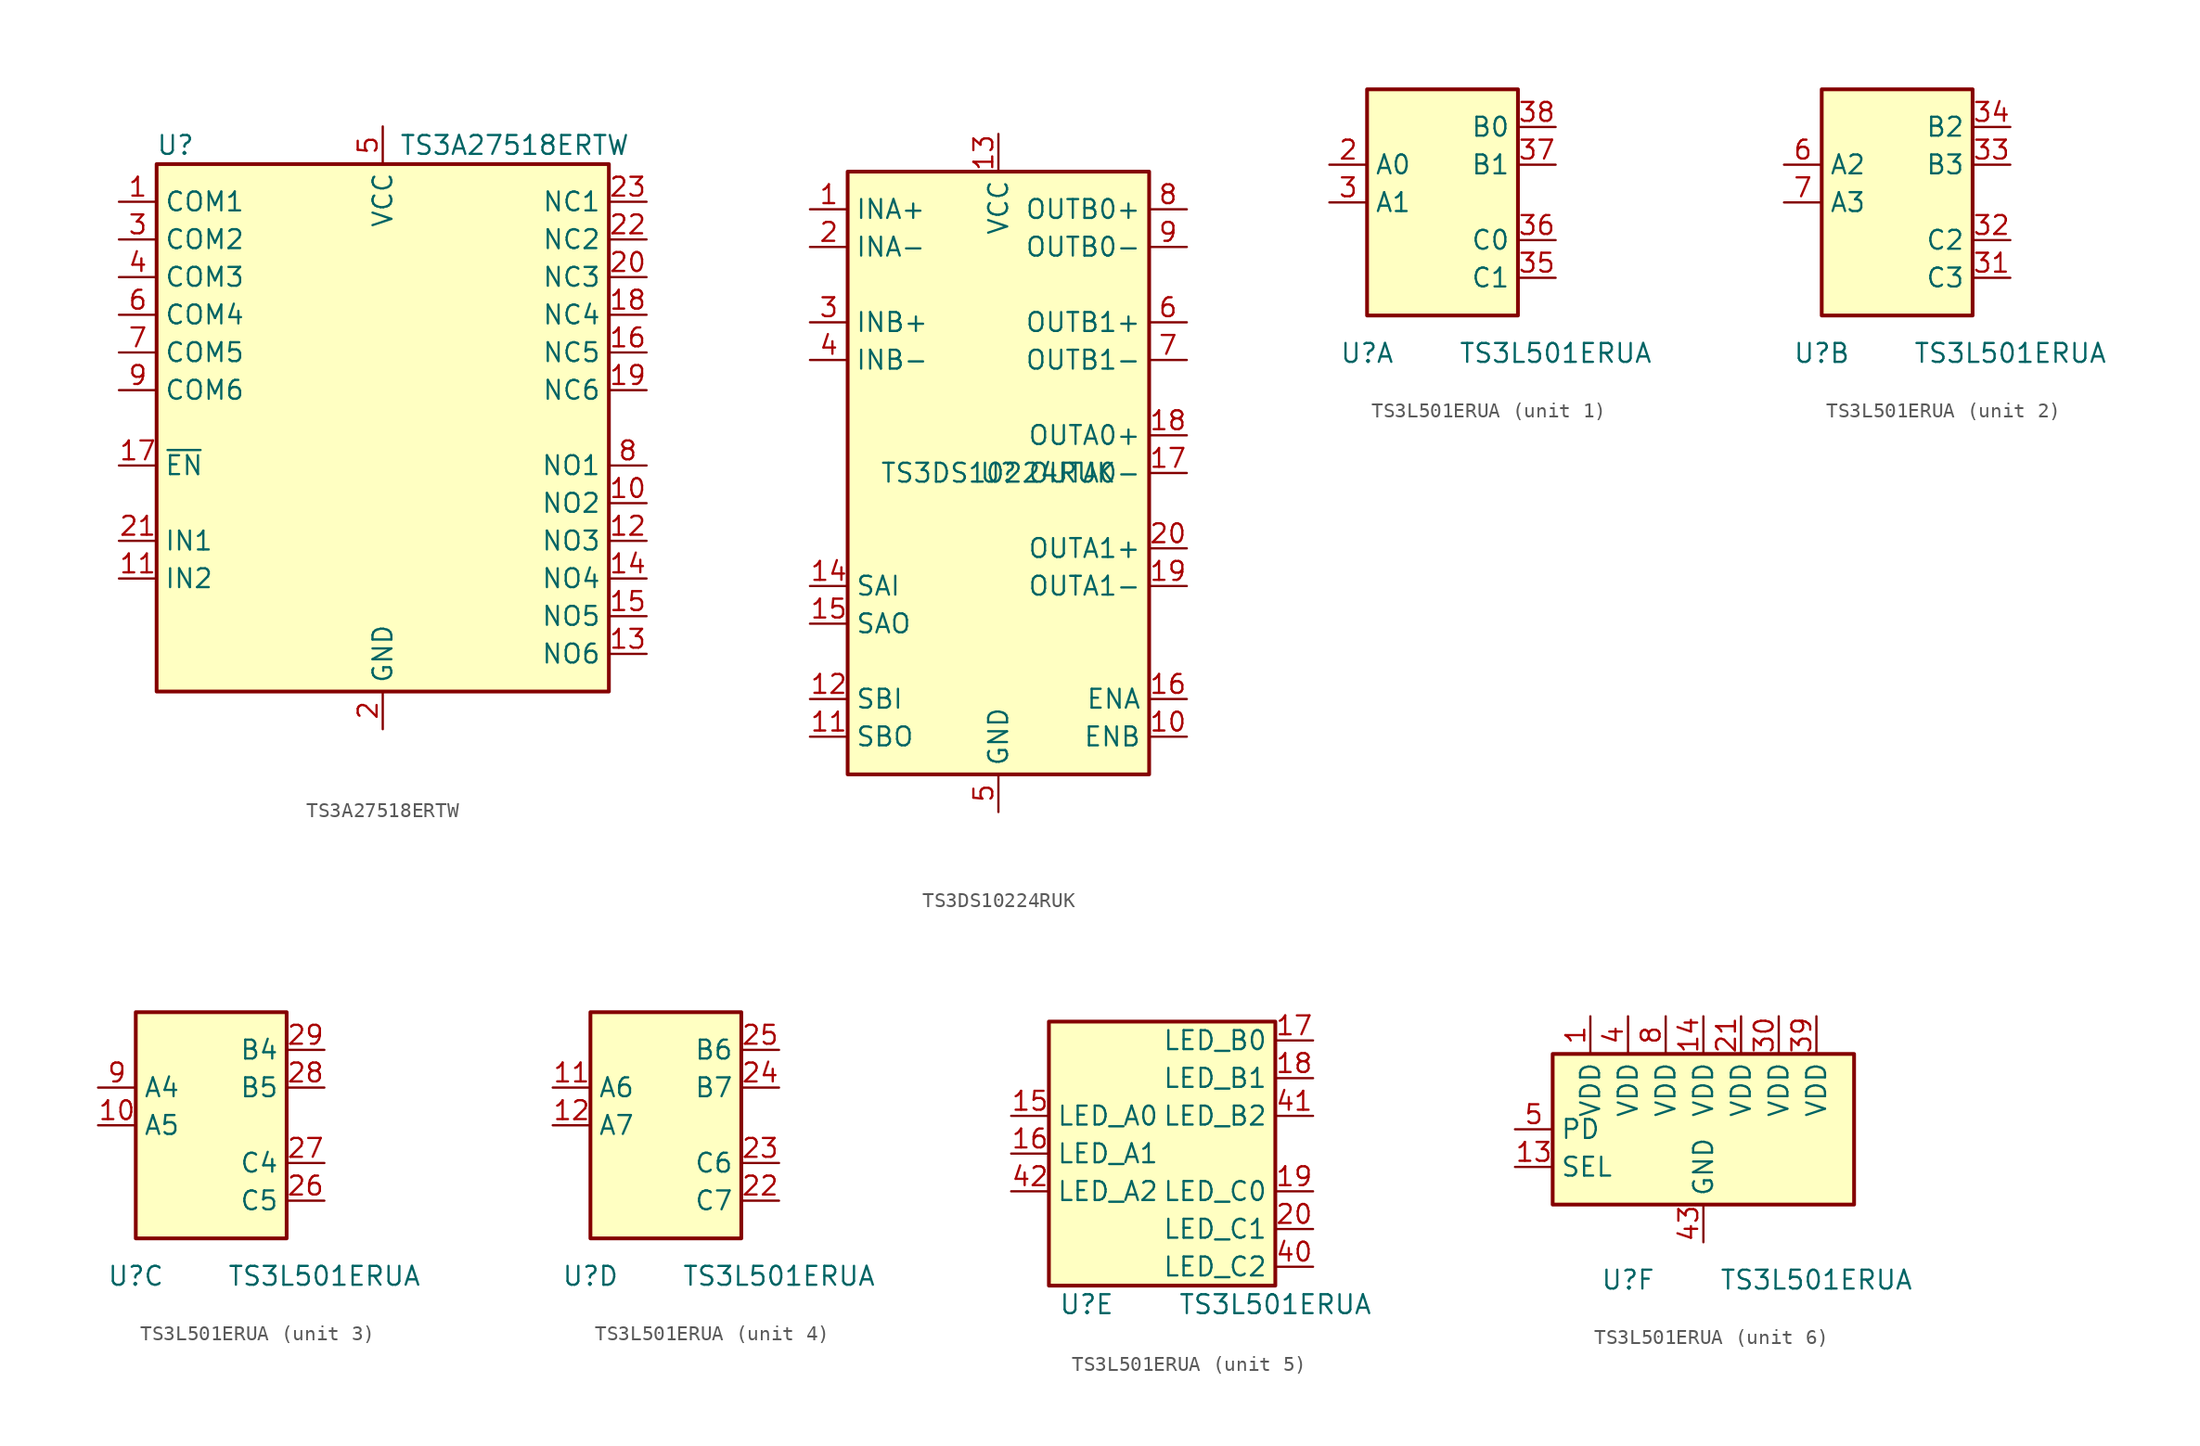
<source format=kicad_sym>
(kicad_symbol_lib
  (version 20241209)
  (generator "kicad_symbol_editor")
  (generator_version "9.0")
  (symbol "TS3A27518ERTW"
    (property "Reference" "U"
      (at -13.97 19.05 0)
      (effects (font (size 1.27 1.27))))
    (property "Value" "TS3A27518ERTW"
      (at 8.89 19.05 0)
      (effects (font (size 1.27 1.27))))
    (symbol "TS3A27518ERTW_0_1"
      (rectangle (start 15.24 -17.78) (end -15.24 17.78) (stroke (width 0.254) (type default)) (fill (type background))))
    (symbol "TS3A27518ERTW_1_1"
      (pin bidirectional line (at -17.78 15.24 0) (length 2.54) (name "COM1" (effects (font (size 1.27 1.27)))) (number "1" (effects (font (size 1.27 1.27)))))
      (pin bidirectional line (at -17.78 12.7 0) (length 2.54) (name "COM2" (effects (font (size 1.27 1.27)))) (number "3" (effects (font (size 1.27 1.27)))))
      (pin bidirectional line (at -17.78 10.16 0) (length 2.54) (name "COM3" (effects (font (size 1.27 1.27)))) (number "4" (effects (font (size 1.27 1.27)))))
      (pin bidirectional line (at -17.78 7.62 0) (length 2.54) (name "COM4" (effects (font (size 1.27 1.27)))) (number "6" (effects (font (size 1.27 1.27)))))
      (pin bidirectional line (at -17.78 5.08 0) (length 2.54) (name "COM5" (effects (font (size 1.27 1.27)))) (number "7" (effects (font (size 1.27 1.27)))))
      (pin bidirectional line (at -17.78 2.54 0) (length 2.54) (name "COM6" (effects (font (size 1.27 1.27)))) (number "9" (effects (font (size 1.27 1.27)))))
      (pin input line (at -17.78 -2.54 0) (length 2.54) (name "~{EN}" (effects (font (size 1.27 1.27)))) (number "17" (effects (font (size 1.27 1.27)))))
      (pin input line (at -17.78 -7.62 0) (length 2.54) (name "IN1" (effects (font (size 1.27 1.27)))) (number "21" (effects (font (size 1.27 1.27)))))
      (pin input line (at -17.78 -10.16 0) (length 2.54) (name "IN2" (effects (font (size 1.27 1.27)))) (number "11" (effects (font (size 1.27 1.27)))))
      (pin no_connect line (at -15.24 -15.24 0) (length 2.54) (hide yes) (name "N.C." (effects (font (size 1.27 1.27)))) (number "24" (effects (font (size 1.27 1.27)))))
      (pin power_in line (at 0 20.32 270) (length 2.54) (name "VCC" (effects (font (size 1.27 1.27)))) (number "5" (effects (font (size 1.27 1.27)))))
      (pin power_in line (at 0 -20.32 90) (length 2.54) (name "GND" (effects (font (size 1.27 1.27)))) (number "2" (effects (font (size 1.27 1.27)))))
      (pin passive line (at 0 -20.32 90) (length 2.54) (hide yes) (name "GND" (effects (font (size 1.27 1.27)))) (number "25" (effects (font (size 1.27 1.27)))))
      (pin bidirectional line (at 17.78 15.24 180) (length 2.54) (name "NC1" (effects (font (size 1.27 1.27)))) (number "23" (effects (font (size 1.27 1.27)))))
      (pin bidirectional line (at 17.78 12.7 180) (length 2.54) (name "NC2" (effects (font (size 1.27 1.27)))) (number "22" (effects (font (size 1.27 1.27)))))
      (pin bidirectional line (at 17.78 10.16 180) (length 2.54) (name "NC3" (effects (font (size 1.27 1.27)))) (number "20" (effects (font (size 1.27 1.27)))))
      (pin bidirectional line (at 17.78 7.62 180) (length 2.54) (name "NC4" (effects (font (size 1.27 1.27)))) (number "18" (effects (font (size 1.27 1.27)))))
      (pin bidirectional line (at 17.78 5.08 180) (length 2.54) (name "NC5" (effects (font (size 1.27 1.27)))) (number "16" (effects (font (size 1.27 1.27)))))
      (pin bidirectional line (at 17.78 2.54 180) (length 2.54) (name "NC6" (effects (font (size 1.27 1.27)))) (number "19" (effects (font (size 1.27 1.27)))))
      (pin bidirectional line (at 17.78 -2.54 180) (length 2.54) (name "NO1" (effects (font (size 1.27 1.27)))) (number "8" (effects (font (size 1.27 1.27)))))
      (pin bidirectional line (at 17.78 -5.08 180) (length 2.54) (name "NO2" (effects (font (size 1.27 1.27)))) (number "10" (effects (font (size 1.27 1.27)))))
      (pin bidirectional line (at 17.78 -7.62 180) (length 2.54) (name "NO3" (effects (font (size 1.27 1.27)))) (number "12" (effects (font (size 1.27 1.27)))))
      (pin bidirectional line (at 17.78 -10.16 180) (length 2.54) (name "NO4" (effects (font (size 1.27 1.27)))) (number "14" (effects (font (size 1.27 1.27)))))
      (pin bidirectional line (at 17.78 -12.7 180) (length 2.54) (name "NO5" (effects (font (size 1.27 1.27)))) (number "15" (effects (font (size 1.27 1.27)))))
      (pin bidirectional line (at 17.78 -15.24 180) (length 2.54) (name "NO6" (effects (font (size 1.27 1.27)))) (number "13" (effects (font (size 1.27 1.27)))))))
  (symbol "TS3DS10224RUK"
    (property "Reference" "U"
      (at 0 0 0)
      (effects (font (size 1.27 1.27))))
    (property "Value" "TS3DS10224RUK"
      (at 0 0 0)
      (effects (font (size 1.27 1.27))))
    (symbol "TS3DS10224RUK_0_1"
      (rectangle (start -10.16 20.32) (end 10.16 -20.32) (stroke (width 0.254) (type default)) (fill (type background))))
    (symbol "TS3DS10224RUK_1_1"
      (pin bidirectional line (at -12.7 17.78 0) (length 2.54) (name "INA+" (effects (font (size 1.27 1.27)))) (number "1" (effects (font (size 1.27 1.27)))))
      (pin bidirectional line (at -12.7 15.24 0) (length 2.54) (name "INA-" (effects (font (size 1.27 1.27)))) (number "2" (effects (font (size 1.27 1.27)))))
      (pin bidirectional line (at -12.7 10.16 0) (length 2.54) (name "INB+" (effects (font (size 1.27 1.27)))) (number "3" (effects (font (size 1.27 1.27)))))
      (pin bidirectional line (at -12.7 7.62 0) (length 2.54) (name "INB-" (effects (font (size 1.27 1.27)))) (number "4" (effects (font (size 1.27 1.27)))))
      (pin input line (at -12.7 -7.62 0) (length 2.54) (name "SAI" (effects (font (size 1.27 1.27)))) (number "14" (effects (font (size 1.27 1.27)))))
      (pin input line (at -12.7 -10.16 0) (length 2.54) (name "SAO" (effects (font (size 1.27 1.27)))) (number "15" (effects (font (size 1.27 1.27)))))
      (pin input line (at -12.7 -15.24 0) (length 2.54) (name "SBI" (effects (font (size 1.27 1.27)))) (number "12" (effects (font (size 1.27 1.27)))))
      (pin input line (at -12.7 -17.78 0) (length 2.54) (name "SBO" (effects (font (size 1.27 1.27)))) (number "11" (effects (font (size 1.27 1.27)))))
      (pin power_in line (at 0 22.86 270) (length 2.54) (name "VCC" (effects (font (size 1.27 1.27)))) (number "13" (effects (font (size 1.27 1.27)))))
      (pin power_in line (at 0 -22.86 90) (length 2.54) (name "GND" (effects (font (size 1.27 1.27)))) (number "5" (effects (font (size 1.27 1.27)))))
      (pin bidirectional line (at 12.7 17.78 180) (length 2.54) (name "OUTB0+" (effects (font (size 1.27 1.27)))) (number "8" (effects (font (size 1.27 1.27)))))
      (pin bidirectional line (at 12.7 15.24 180) (length 2.54) (name "OUTB0-" (effects (font (size 1.27 1.27)))) (number "9" (effects (font (size 1.27 1.27)))))
      (pin bidirectional line (at 12.7 10.16 180) (length 2.54) (name "OUTB1+" (effects (font (size 1.27 1.27)))) (number "6" (effects (font (size 1.27 1.27)))))
      (pin bidirectional line (at 12.7 7.62 180) (length 2.54) (name "OUTB1-" (effects (font (size 1.27 1.27)))) (number "7" (effects (font (size 1.27 1.27)))))
      (pin bidirectional line (at 12.7 2.54 180) (length 2.54) (name "OUTA0+" (effects (font (size 1.27 1.27)))) (number "18" (effects (font (size 1.27 1.27)))))
      (pin bidirectional line (at 12.7 0 180) (length 2.54) (name "OUTA0-" (effects (font (size 1.27 1.27)))) (number "17" (effects (font (size 1.27 1.27)))))
      (pin bidirectional line (at 12.7 -5.08 180) (length 2.54) (name "OUTA1+" (effects (font (size 1.27 1.27)))) (number "20" (effects (font (size 1.27 1.27)))))
      (pin bidirectional line (at 12.7 -7.62 180) (length 2.54) (name "OUTA1-" (effects (font (size 1.27 1.27)))) (number "19" (effects (font (size 1.27 1.27)))))
      (pin input line (at 12.7 -15.24 180) (length 2.54) (name "ENA" (effects (font (size 1.27 1.27)))) (number "16" (effects (font (size 1.27 1.27)))))
      (pin input line (at 12.7 -17.78 180) (length 2.54) (name "ENB" (effects (font (size 1.27 1.27)))) (number "10" (effects (font (size 1.27 1.27)))))))
  (symbol "TS3L501ERUA"
    (property "Reference" "U"
      (at -5.08 -10.16 0)
      (effects (font (size 1.27 1.27))))
    (property "Value" "TS3L501ERUA"
      (at 7.62 -10.16 0)
      (effects (font (size 1.27 1.27))))
    (property "ki_locked" ""
      (at 0 0 0)
      (effects (font (size 1.27 1.27))))
    (symbol "TS3L501ERUA_1_1"
      (rectangle (start -5.08 7.62) (end 5.08 -7.62) (stroke (width 0.254) (type default)) (fill (type background)))
      (pin bidirectional line (at -7.62 2.54 0) (length 2.54) (name "A0" (effects (font (size 1.27 1.27)))) (number "2" (effects (font (size 1.27 1.27)))))
      (pin bidirectional line (at -7.62 0 0) (length 2.54) (name "A1" (effects (font (size 1.27 1.27)))) (number "3" (effects (font (size 1.27 1.27)))))
      (pin bidirectional line (at 7.62 5.08 180) (length 2.54) (name "B0" (effects (font (size 1.27 1.27)))) (number "38" (effects (font (size 1.27 1.27)))))
      (pin bidirectional line (at 7.62 2.54 180) (length 2.54) (name "B1" (effects (font (size 1.27 1.27)))) (number "37" (effects (font (size 1.27 1.27)))))
      (pin bidirectional line (at 7.62 -2.54 180) (length 2.54) (name "C0" (effects (font (size 1.27 1.27)))) (number "36" (effects (font (size 1.27 1.27)))))
      (pin bidirectional line (at 7.62 -5.08 180) (length 2.54) (name "C1" (effects (font (size 1.27 1.27)))) (number "35" (effects (font (size 1.27 1.27))))))
    (symbol "TS3L501ERUA_2_1"
      (rectangle (start -5.08 7.62) (end 5.08 -7.62) (stroke (width 0.254) (type default)) (fill (type background)))
      (pin bidirectional line (at -7.62 2.54 0) (length 2.54) (name "A2" (effects (font (size 1.27 1.27)))) (number "6" (effects (font (size 1.27 1.27)))))
      (pin bidirectional line (at -7.62 0 0) (length 2.54) (name "A3" (effects (font (size 1.27 1.27)))) (number "7" (effects (font (size 1.27 1.27)))))
      (pin bidirectional line (at 7.62 5.08 180) (length 2.54) (name "B2" (effects (font (size 1.27 1.27)))) (number "34" (effects (font (size 1.27 1.27)))))
      (pin bidirectional line (at 7.62 2.54 180) (length 2.54) (name "B3" (effects (font (size 1.27 1.27)))) (number "33" (effects (font (size 1.27 1.27)))))
      (pin bidirectional line (at 7.62 -2.54 180) (length 2.54) (name "C2" (effects (font (size 1.27 1.27)))) (number "32" (effects (font (size 1.27 1.27)))))
      (pin bidirectional line (at 7.62 -5.08 180) (length 2.54) (name "C3" (effects (font (size 1.27 1.27)))) (number "31" (effects (font (size 1.27 1.27))))))
    (symbol "TS3L501ERUA_3_1"
      (rectangle (start -5.08 7.62) (end 5.08 -7.62) (stroke (width 0.254) (type default)) (fill (type background)))
      (pin bidirectional line (at -7.62 2.54 0) (length 2.54) (name "A4" (effects (font (size 1.27 1.27)))) (number "9" (effects (font (size 1.27 1.27)))))
      (pin bidirectional line (at -7.62 0 0) (length 2.54) (name "A5" (effects (font (size 1.27 1.27)))) (number "10" (effects (font (size 1.27 1.27)))))
      (pin bidirectional line (at 7.62 5.08 180) (length 2.54) (name "B4" (effects (font (size 1.27 1.27)))) (number "29" (effects (font (size 1.27 1.27)))))
      (pin bidirectional line (at 7.62 2.54 180) (length 2.54) (name "B5" (effects (font (size 1.27 1.27)))) (number "28" (effects (font (size 1.27 1.27)))))
      (pin bidirectional line (at 7.62 -2.54 180) (length 2.54) (name "C4" (effects (font (size 1.27 1.27)))) (number "27" (effects (font (size 1.27 1.27)))))
      (pin bidirectional line (at 7.62 -5.08 180) (length 2.54) (name "C5" (effects (font (size 1.27 1.27)))) (number "26" (effects (font (size 1.27 1.27))))))
    (symbol "TS3L501ERUA_4_1"
      (rectangle (start -5.08 7.62) (end 5.08 -7.62) (stroke (width 0.254) (type default)) (fill (type background)))
      (pin bidirectional line (at -7.62 2.54 0) (length 2.54) (name "A6" (effects (font (size 1.27 1.27)))) (number "11" (effects (font (size 1.27 1.27)))))
      (pin bidirectional line (at -7.62 0 0) (length 2.54) (name "A7" (effects (font (size 1.27 1.27)))) (number "12" (effects (font (size 1.27 1.27)))))
      (pin bidirectional line (at 7.62 5.08 180) (length 2.54) (name "B6" (effects (font (size 1.27 1.27)))) (number "25" (effects (font (size 1.27 1.27)))))
      (pin bidirectional line (at 7.62 2.54 180) (length 2.54) (name "B7" (effects (font (size 1.27 1.27)))) (number "24" (effects (font (size 1.27 1.27)))))
      (pin bidirectional line (at 7.62 -2.54 180) (length 2.54) (name "C6" (effects (font (size 1.27 1.27)))) (number "23" (effects (font (size 1.27 1.27)))))
      (pin bidirectional line (at 7.62 -5.08 180) (length 2.54) (name "C7" (effects (font (size 1.27 1.27)))) (number "22" (effects (font (size 1.27 1.27))))))
    (symbol "TS3L501ERUA_5_1"
      (rectangle (start -7.62 8.89) (end 7.62 -8.89) (stroke (width 0.254) (type default)) (fill (type background)))
      (pin bidirectional line (at -10.16 2.54 0) (length 2.54) (name "LED_A0" (effects (font (size 1.27 1.27)))) (number "15" (effects (font (size 1.27 1.27)))))
      (pin bidirectional line (at -10.16 0 0) (length 2.54) (name "LED_A1" (effects (font (size 1.27 1.27)))) (number "16" (effects (font (size 1.27 1.27)))))
      (pin bidirectional line (at -10.16 -2.54 0) (length 2.54) (name "LED_A2" (effects (font (size 1.27 1.27)))) (number "42" (effects (font (size 1.27 1.27)))))
      (pin bidirectional line (at 10.16 7.62 180) (length 2.54) (name "LED_B0" (effects (font (size 1.27 1.27)))) (number "17" (effects (font (size 1.27 1.27)))))
      (pin bidirectional line (at 10.16 5.08 180) (length 2.54) (name "LED_B1" (effects (font (size 1.27 1.27)))) (number "18" (effects (font (size 1.27 1.27)))))
      (pin bidirectional line (at 10.16 2.54 180) (length 2.54) (name "LED_B2" (effects (font (size 1.27 1.27)))) (number "41" (effects (font (size 1.27 1.27)))))
      (pin bidirectional line (at 10.16 -2.54 180) (length 2.54) (name "LED_C0" (effects (font (size 1.27 1.27)))) (number "19" (effects (font (size 1.27 1.27)))))
      (pin bidirectional line (at 10.16 -5.08 180) (length 2.54) (name "LED_C1" (effects (font (size 1.27 1.27)))) (number "20" (effects (font (size 1.27 1.27)))))
      (pin bidirectional line (at 10.16 -7.62 180) (length 2.54) (name "LED_C2" (effects (font (size 1.27 1.27)))) (number "40" (effects (font (size 1.27 1.27))))))
    (symbol "TS3L501ERUA_6_0"
      (rectangle (start -10.16 5.08) (end 10.16 -5.08) (stroke (width 0.254) (type default)) (fill (type background))))
    (symbol "TS3L501ERUA_6_1"
      (pin input line (at -12.7 0 0) (length 2.54) (name "PD" (effects (font (size 1.27 1.27)))) (number "5" (effects (font (size 1.27 1.27)))))
      (pin input line (at -12.7 -2.54 0) (length 2.54) (name "SEL" (effects (font (size 1.27 1.27)))) (number "13" (effects (font (size 1.27 1.27)))))
      (pin power_in line (at -7.62 7.62 270) (length 2.54) (name "VDD" (effects (font (size 1.27 1.27)))) (number "1" (effects (font (size 1.27 1.27)))))
      (pin power_in line (at -5.08 7.62 270) (length 2.54) (name "VDD" (effects (font (size 1.27 1.27)))) (number "4" (effects (font (size 1.27 1.27)))))
      (pin power_in line (at -2.54 7.62 270) (length 2.54) (name "VDD" (effects (font (size 1.27 1.27)))) (number "8" (effects (font (size 1.27 1.27)))))
      (pin power_in line (at 0 7.62 270) (length 2.54) (name "VDD" (effects (font (size 1.27 1.27)))) (number "14" (effects (font (size 1.27 1.27)))))
      (pin power_in line (at 0 -7.62 90) (length 2.54) (name "GND" (effects (font (size 1.27 1.27)))) (number "43" (effects (font (size 1.27 1.27)))))
      (pin power_in line (at 2.54 7.62 270) (length 2.54) (name "VDD" (effects (font (size 1.27 1.27)))) (number "21" (effects (font (size 1.27 1.27)))))
      (pin power_in line (at 5.08 7.62 270) (length 2.54) (name "VDD" (effects (font (size 1.27 1.27)))) (number "30" (effects (font (size 1.27 1.27)))))
      (pin power_in line (at 7.62 7.62 270) (length 2.54) (name "VDD" (effects (font (size 1.27 1.27)))) (number "39" (effects (font (size 1.27 1.27))))))))
</source>
